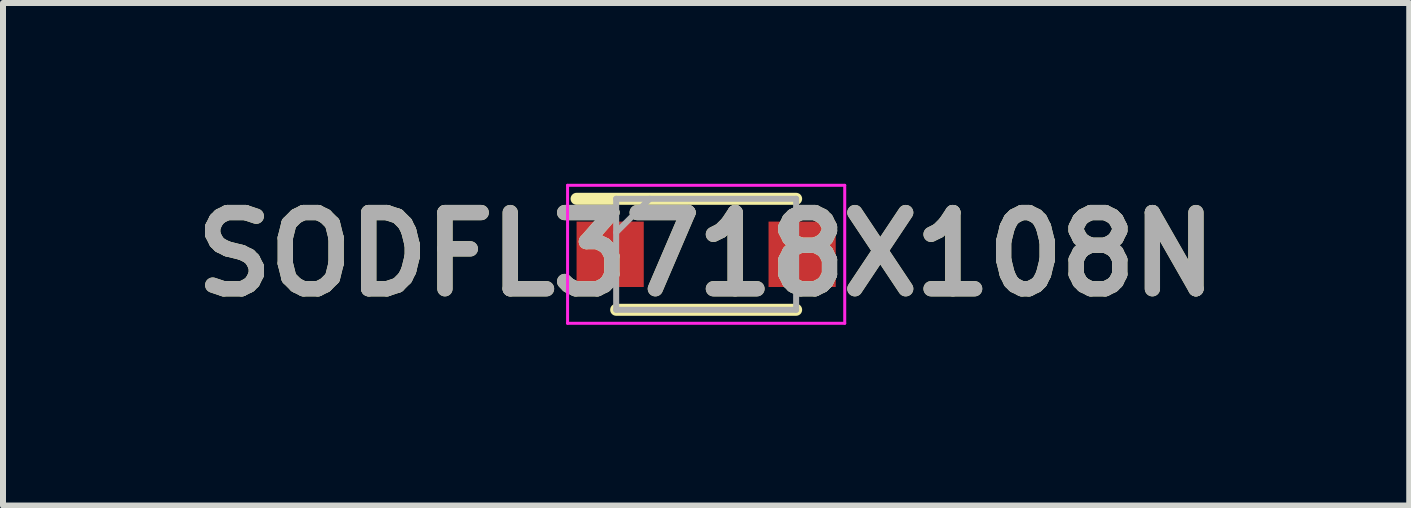
<source format=kicad_pcb>
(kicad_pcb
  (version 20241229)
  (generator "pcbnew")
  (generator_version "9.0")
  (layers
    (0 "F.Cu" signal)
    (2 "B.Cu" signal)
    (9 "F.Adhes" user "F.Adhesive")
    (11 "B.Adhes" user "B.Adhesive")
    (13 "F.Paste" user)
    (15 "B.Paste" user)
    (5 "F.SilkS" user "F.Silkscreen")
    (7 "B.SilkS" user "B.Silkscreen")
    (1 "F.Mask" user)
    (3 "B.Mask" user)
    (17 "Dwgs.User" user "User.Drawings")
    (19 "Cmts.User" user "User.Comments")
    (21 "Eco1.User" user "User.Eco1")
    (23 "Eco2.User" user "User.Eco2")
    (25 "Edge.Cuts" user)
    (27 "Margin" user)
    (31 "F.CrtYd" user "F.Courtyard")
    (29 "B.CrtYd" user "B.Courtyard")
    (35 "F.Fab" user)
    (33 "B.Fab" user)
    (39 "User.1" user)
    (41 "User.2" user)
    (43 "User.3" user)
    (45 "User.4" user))
  (footprint "SODFL3718X108N"
    (layer "F.Cu")
    (at 8.721 1.189)
    (property "Reference" "SODFL3718X108N" (at 0 0 0) (layer "F.SilkS") (effects (font (size 1.27 1.27) (thickness 0.254))))
    (attr smd)
    (fp_line (start -2.16 -0.925) (end 1.5 -0.925) (stroke (width 0.2) (type solid)) (layer "F.SilkS"))
    (fp_line (start -1.5 0.925) (end 1.5 0.925) (stroke (width 0.2) (type solid)) (layer "F.SilkS"))
    (fp_line (start -2.31 -1.15) (end 2.31 -1.15) (stroke (width 0.05) (type solid)) (layer "F.CrtYd"))
    (fp_line (start -2.31 1.15) (end -2.31 -1.15) (stroke (width 0.05) (type solid)) (layer "F.CrtYd"))
    (fp_line (start 2.31 -1.15) (end 2.31 1.15) (stroke (width 0.05) (type solid)) (layer "F.CrtYd"))
    (fp_line (start 2.31 1.15) (end -2.31 1.15) (stroke (width 0.05) (type solid)) (layer "F.CrtYd"))
    (fp_line (start -1.5 -0.925) (end 1.5 -0.925) (stroke (width 0.1) (type solid)) (layer "F.Fab"))
    (fp_line (start -1.5 -0.365) (end -0.94 -0.925) (stroke (width 0.1) (type solid)) (layer "F.Fab"))
    (fp_line (start -1.5 0.925) (end -1.5 -0.925) (stroke (width 0.1) (type solid)) (layer "F.Fab"))
    (fp_line (start 1.5 -0.925) (end 1.5 0.925) (stroke (width 0.1) (type solid)) (layer "F.Fab"))
    (fp_line (start 1.5 0.925) (end -1.5 0.925) (stroke (width 0.1) (type solid)) (layer "F.Fab"))
    (fp_text user "${REFERENCE}" (at 0 0 0) (layer "F.Fab") (effects (font (size 1.27 1.27) (thickness 0.254))))
    (pad "1" smd rect (at -1.6 0 90) (size 1.09 1.12) (layers "F.Cu" "F.Mask" "F.Paste"))
    (pad "2" smd rect (at 1.6 0 90) (size 1.09 1.12) (layers "F.Cu" "F.Mask" "F.Paste")))
  (gr_rect
    (start -3 -3)
    (end 20.441 5.377)
    (stroke (width 0.1) (type default))
    (fill no)
    (layer "Edge.Cuts")))
</source>
